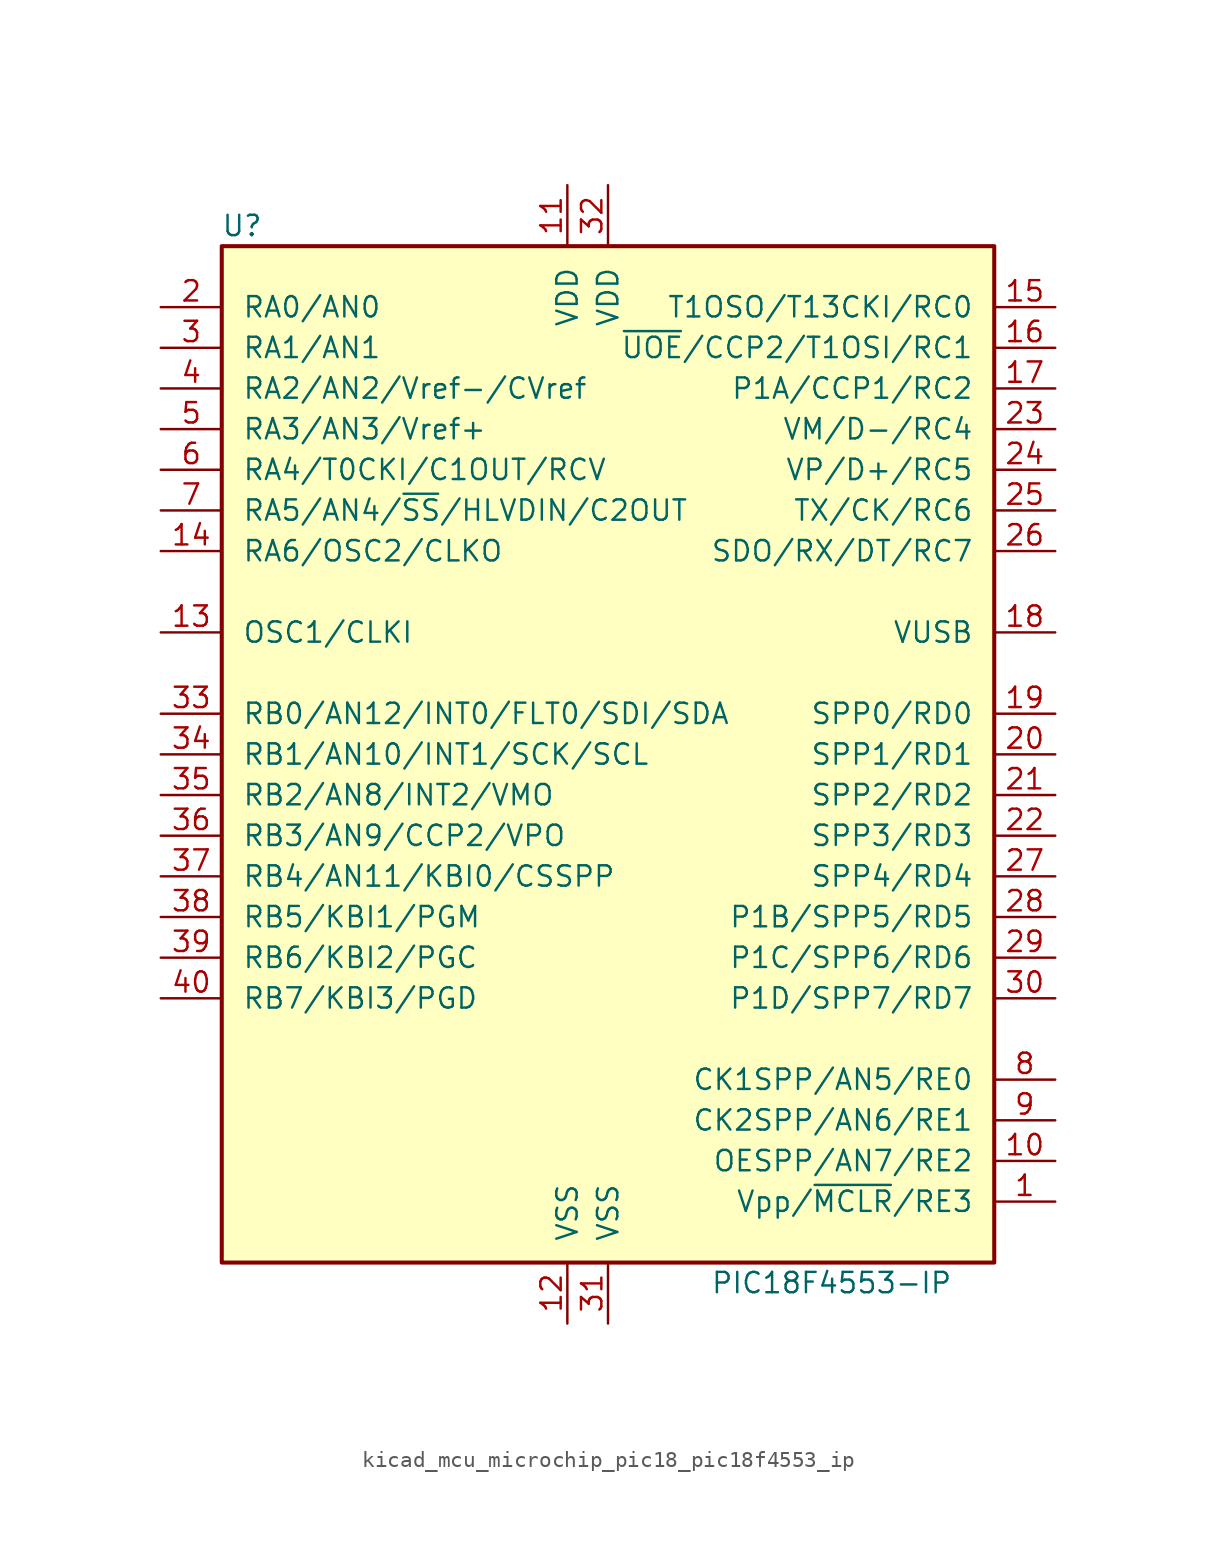
<source format=kicad_sym>
(kicad_symbol_lib
  (version 20220914)
  (generator kicad_symbol_editor)
  (symbol "kicad_mcu_microchip_pic18_pic18f4553_ip"
    (pin_names
      (offset 1.27))
    (property "Reference" "U"
      (at -22.86 33.02 0)
      (effects (font (size 1.27 1.27))))
    (property "Value" "PIC18F4553-IP"
      (at 13.97 -33.02 0)
      (effects (font (size 1.27 1.27))))
    (symbol "kicad_mcu_microchip_pic18_pic18f4553_ip_0_1"
      (rectangle (start -24.13 31.75) (end 24.13 -31.75) (stroke (width 0.254) (type default)) (fill (type background))))
    (symbol "kicad_mcu_microchip_pic18_pic18f4553_ip_1_1"
      (pin input line (at 27.94 -27.94 180) (length 3.81) (name "Vpp/~{MCLR}/RE3" (effects (font (size 1.27 1.27)))) (number "1" (effects (font (size 1.27 1.27)))))
      (pin bidirectional line (at 27.94 -25.4 180) (length 3.81) (name "OESPP/AN7/RE2" (effects (font (size 1.27 1.27)))) (number "10" (effects (font (size 1.27 1.27)))))
      (pin power_in line (at -2.54 35.56 270) (length 3.81) (name "VDD" (effects (font (size 1.27 1.27)))) (number "11" (effects (font (size 1.27 1.27)))))
      (pin power_in line (at -2.54 -35.56 90) (length 3.81) (name "VSS" (effects (font (size 1.27 1.27)))) (number "12" (effects (font (size 1.27 1.27)))))
      (pin input line (at -27.94 7.62 0) (length 3.81) (name "OSC1/CLKI" (effects (font (size 1.27 1.27)))) (number "13" (effects (font (size 1.27 1.27)))))
      (pin bidirectional line (at -27.94 12.7 0) (length 3.81) (name "RA6/OSC2/CLKO" (effects (font (size 1.27 1.27)))) (number "14" (effects (font (size 1.27 1.27)))))
      (pin bidirectional line (at 27.94 27.94 180) (length 3.81) (name "T1OSO/T13CKI/RC0" (effects (font (size 1.27 1.27)))) (number "15" (effects (font (size 1.27 1.27)))))
      (pin bidirectional line (at 27.94 25.4 180) (length 3.81) (name "~{UOE}/CCP2/T1OSI/RC1" (effects (font (size 1.27 1.27)))) (number "16" (effects (font (size 1.27 1.27)))))
      (pin bidirectional line (at 27.94 22.86 180) (length 3.81) (name "P1A/CCP1/RC2" (effects (font (size 1.27 1.27)))) (number "17" (effects (font (size 1.27 1.27)))))
      (pin bidirectional line (at 27.94 7.62 180) (length 3.81) (name "VUSB" (effects (font (size 1.27 1.27)))) (number "18" (effects (font (size 1.27 1.27)))))
      (pin bidirectional line (at 27.94 2.54 180) (length 3.81) (name "SPP0/RD0" (effects (font (size 1.27 1.27)))) (number "19" (effects (font (size 1.27 1.27)))))
      (pin bidirectional line (at -27.94 27.94 0) (length 3.81) (name "RA0/AN0" (effects (font (size 1.27 1.27)))) (number "2" (effects (font (size 1.27 1.27)))))
      (pin bidirectional line (at 27.94 0 180) (length 3.81) (name "SPP1/RD1" (effects (font (size 1.27 1.27)))) (number "20" (effects (font (size 1.27 1.27)))))
      (pin bidirectional line (at 27.94 -2.54 180) (length 3.81) (name "SPP2/RD2" (effects (font (size 1.27 1.27)))) (number "21" (effects (font (size 1.27 1.27)))))
      (pin bidirectional line (at 27.94 -5.08 180) (length 3.81) (name "SPP3/RD3" (effects (font (size 1.27 1.27)))) (number "22" (effects (font (size 1.27 1.27)))))
      (pin bidirectional line (at 27.94 20.32 180) (length 3.81) (name "VM/D-/RC4" (effects (font (size 1.27 1.27)))) (number "23" (effects (font (size 1.27 1.27)))))
      (pin bidirectional line (at 27.94 17.78 180) (length 3.81) (name "VP/D+/RC5" (effects (font (size 1.27 1.27)))) (number "24" (effects (font (size 1.27 1.27)))))
      (pin bidirectional line (at 27.94 15.24 180) (length 3.81) (name "TX/CK/RC6" (effects (font (size 1.27 1.27)))) (number "25" (effects (font (size 1.27 1.27)))))
      (pin bidirectional line (at 27.94 12.7 180) (length 3.81) (name "SDO/RX/DT/RC7" (effects (font (size 1.27 1.27)))) (number "26" (effects (font (size 1.27 1.27)))))
      (pin bidirectional line (at 27.94 -7.62 180) (length 3.81) (name "SPP4/RD4" (effects (font (size 1.27 1.27)))) (number "27" (effects (font (size 1.27 1.27)))))
      (pin bidirectional line (at 27.94 -10.16 180) (length 3.81) (name "P1B/SPP5/RD5" (effects (font (size 1.27 1.27)))) (number "28" (effects (font (size 1.27 1.27)))))
      (pin bidirectional line (at 27.94 -12.7 180) (length 3.81) (name "P1C/SPP6/RD6" (effects (font (size 1.27 1.27)))) (number "29" (effects (font (size 1.27 1.27)))))
      (pin bidirectional line (at -27.94 25.4 0) (length 3.81) (name "RA1/AN1" (effects (font (size 1.27 1.27)))) (number "3" (effects (font (size 1.27 1.27)))))
      (pin bidirectional line (at 27.94 -15.24 180) (length 3.81) (name "P1D/SPP7/RD7" (effects (font (size 1.27 1.27)))) (number "30" (effects (font (size 1.27 1.27)))))
      (pin power_in line (at 0 -35.56 90) (length 3.81) (name "VSS" (effects (font (size 1.27 1.27)))) (number "31" (effects (font (size 1.27 1.27)))))
      (pin power_in line (at 0 35.56 270) (length 3.81) (name "VDD" (effects (font (size 1.27 1.27)))) (number "32" (effects (font (size 1.27 1.27)))))
      (pin bidirectional line (at -27.94 2.54 0) (length 3.81) (name "RB0/AN12/INT0/FLT0/SDI/SDA" (effects (font (size 1.27 1.27)))) (number "33" (effects (font (size 1.27 1.27)))))
      (pin bidirectional line (at -27.94 0 0) (length 3.81) (name "RB1/AN10/INT1/SCK/SCL" (effects (font (size 1.27 1.27)))) (number "34" (effects (font (size 1.27 1.27)))))
      (pin bidirectional line (at -27.94 -2.54 0) (length 3.81) (name "RB2/AN8/INT2/VMO" (effects (font (size 1.27 1.27)))) (number "35" (effects (font (size 1.27 1.27)))))
      (pin bidirectional line (at -27.94 -5.08 0) (length 3.81) (name "RB3/AN9/CCP2/VPO" (effects (font (size 1.27 1.27)))) (number "36" (effects (font (size 1.27 1.27)))))
      (pin bidirectional line (at -27.94 -7.62 0) (length 3.81) (name "RB4/AN11/KBI0/CSSPP" (effects (font (size 1.27 1.27)))) (number "37" (effects (font (size 1.27 1.27)))))
      (pin bidirectional line (at -27.94 -10.16 0) (length 3.81) (name "RB5/KBI1/PGM" (effects (font (size 1.27 1.27)))) (number "38" (effects (font (size 1.27 1.27)))))
      (pin bidirectional line (at -27.94 -12.7 0) (length 3.81) (name "RB6/KBI2/PGC" (effects (font (size 1.27 1.27)))) (number "39" (effects (font (size 1.27 1.27)))))
      (pin bidirectional line (at -27.94 22.86 0) (length 3.81) (name "RA2/AN2/Vref-/CVref" (effects (font (size 1.27 1.27)))) (number "4" (effects (font (size 1.27 1.27)))))
      (pin bidirectional line (at -27.94 -15.24 0) (length 3.81) (name "RB7/KBI3/PGD" (effects (font (size 1.27 1.27)))) (number "40" (effects (font (size 1.27 1.27)))))
      (pin bidirectional line (at -27.94 20.32 0) (length 3.81) (name "RA3/AN3/Vref+" (effects (font (size 1.27 1.27)))) (number "5" (effects (font (size 1.27 1.27)))))
      (pin bidirectional line (at -27.94 17.78 0) (length 3.81) (name "RA4/T0CKI/C1OUT/RCV" (effects (font (size 1.27 1.27)))) (number "6" (effects (font (size 1.27 1.27)))))
      (pin bidirectional line (at -27.94 15.24 0) (length 3.81) (name "RA5/AN4/~{SS}/HLVDIN/C2OUT" (effects (font (size 1.27 1.27)))) (number "7" (effects (font (size 1.27 1.27)))))
      (pin bidirectional line (at 27.94 -20.32 180) (length 3.81) (name "CK1SPP/AN5/RE0" (effects (font (size 1.27 1.27)))) (number "8" (effects (font (size 1.27 1.27)))))
      (pin bidirectional line (at 27.94 -22.86 180) (length 3.81) (name "CK2SPP/AN6/RE1" (effects (font (size 1.27 1.27)))) (number "9" (effects (font (size 1.27 1.27))))))))
</source>
